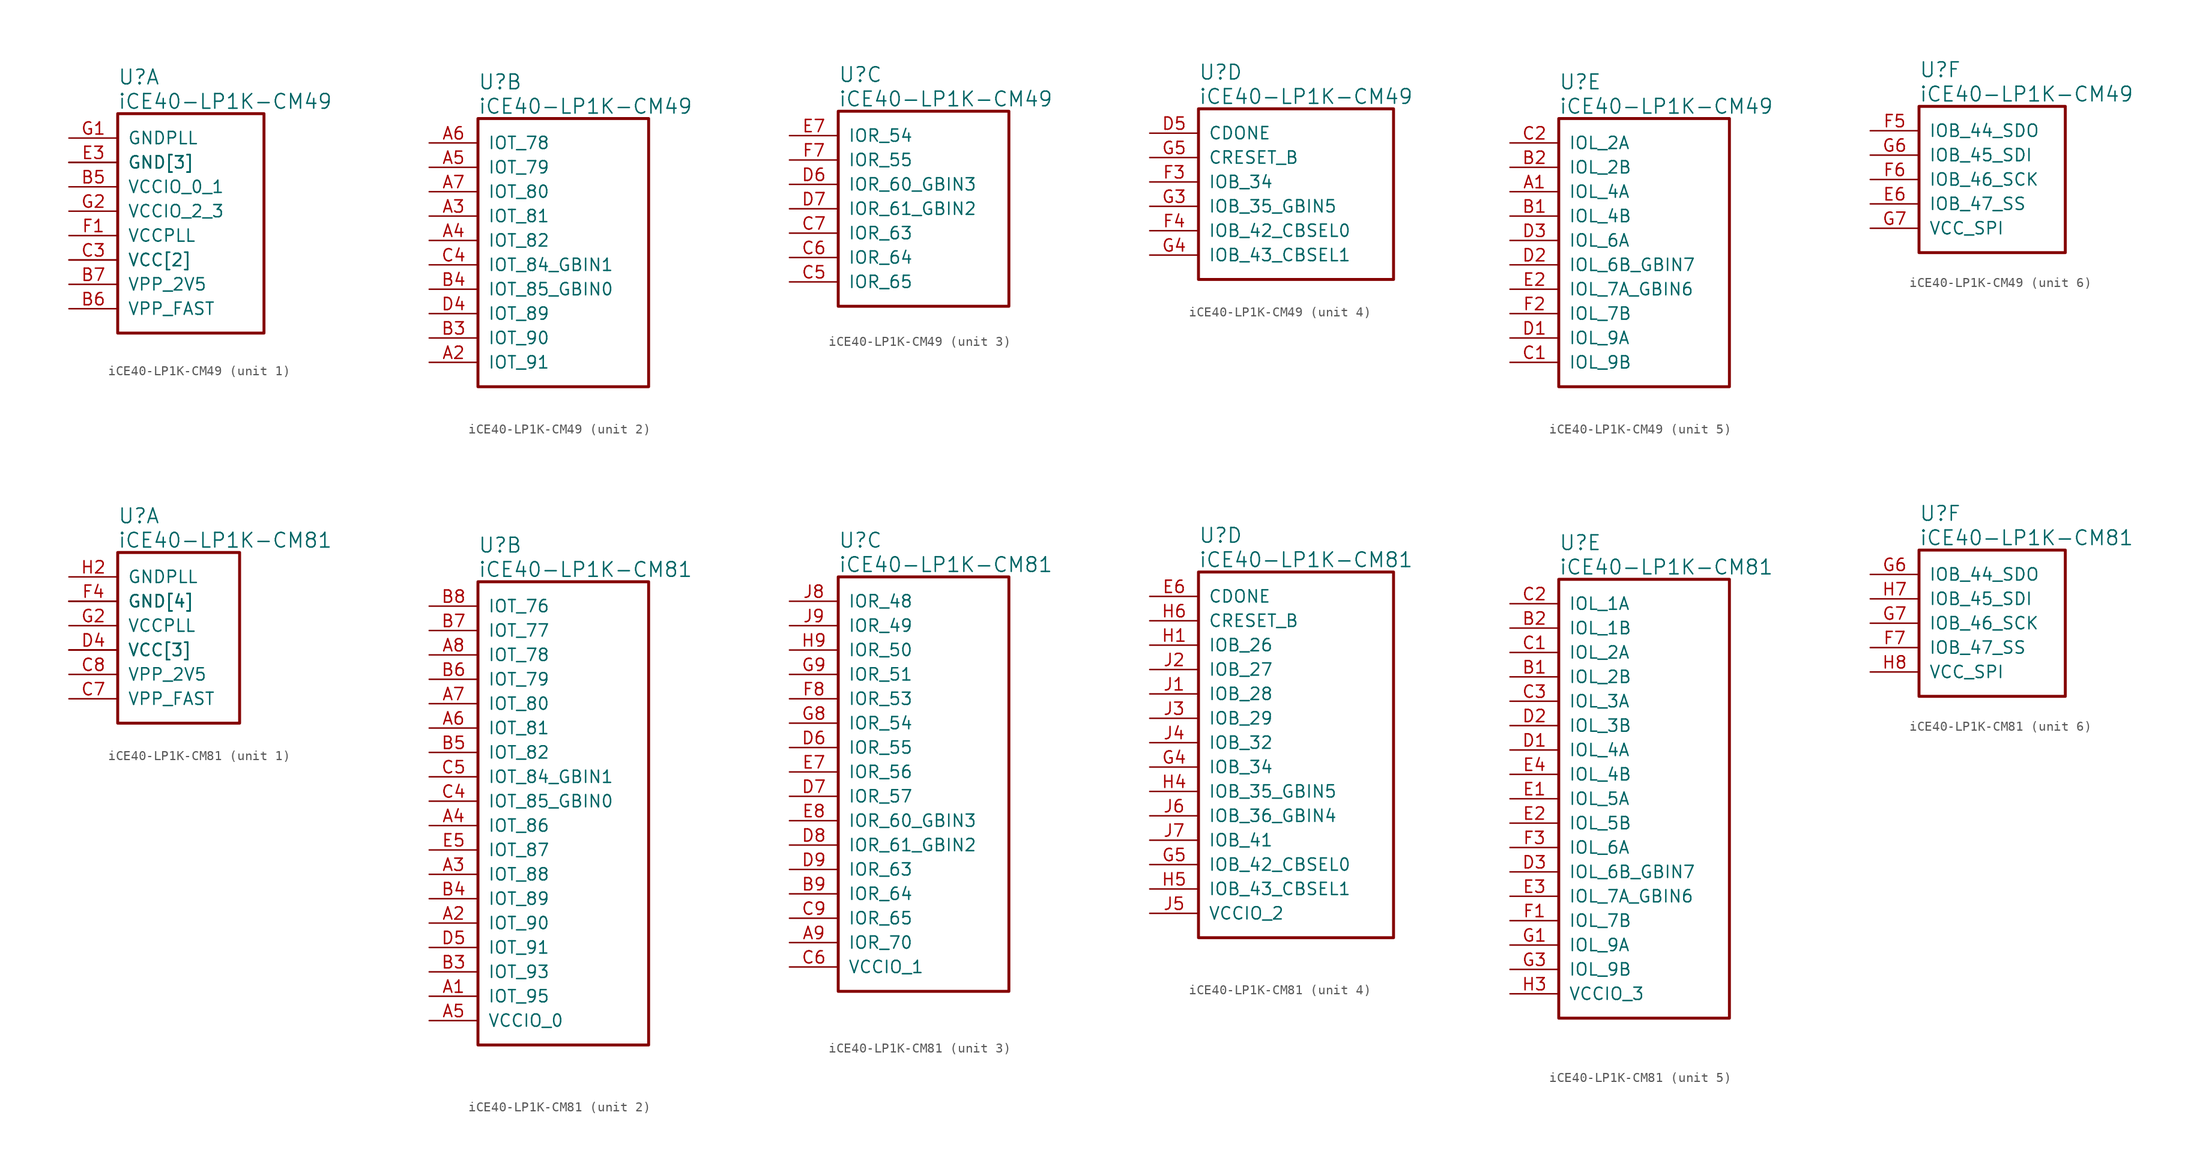
<source format=kicad_sym>
(kicad_symbol_lib
  (version 20241209)
  (generator "kicad_symbol_editor")
  (generator_version "9.0")
  (symbol "iCE40-LP1K-CM49"
    (pin_names
      (offset 1.016))
    (property "Reference" "U"
      (at 5.08 6.35 0)
      (effects (font (size 1.524 1.524)) (justify left)))
    (property "Value" "iCE40-LP1K-CM49"
      (at 5.08 3.81 0)
      (effects (font (size 1.524 1.524)) (justify left)))
    (property "ki_locked" ""
      (at 0 0 0)
      (effects (font (size 1.27 1.27))))
    (symbol "iCE40-LP1K-CM49_1_1"
      (rectangle (start 5.08 2.54) (end 20.32 -20.32) (stroke (width 0.305) (type solid)) (fill (type none)))
      (pin power_in line (at 0 0 0) (length 5.08) (name "GNDPLL" (effects (font (size 1.27 1.27)))) (number "G1" (effects (font (size 1.27 1.27)))))
      (pin power_in line (at 0 -2.54 0) (length 5.08) (name "GND[3]" (effects (font (size 1.27 1.27)))) (number "E3" (effects (font (size 1.27 1.27)))))
      (pin power_in line (at 0 -2.54 0) (length 5.08) (name "GND[3]" (effects (font (size 1.27 1.27)))) (number "E4" (effects (font (size 0 0)))))
      (pin power_in line (at 0 -2.54 0) (length 5.08) (name "GND[3]" (effects (font (size 1.27 1.27)))) (number "E5" (effects (font (size 0 0)))))
      (pin power_in line (at 0 -5.08 0) (length 5.08) (name "VCCIO_0_1" (effects (font (size 1.27 1.27)))) (number "B5" (effects (font (size 1.27 1.27)))))
      (pin power_in line (at 0 -7.62 0) (length 5.08) (name "VCCIO_2_3" (effects (font (size 1.27 1.27)))) (number "G2" (effects (font (size 1.27 1.27)))))
      (pin power_in line (at 0 -10.16 0) (length 5.08) (name "VCCPLL" (effects (font (size 1.27 1.27)))) (number "F1" (effects (font (size 1.27 1.27)))))
      (pin power_in line (at 0 -12.7 0) (length 5.08) (name "VCC[2]" (effects (font (size 1.27 1.27)))) (number "C3" (effects (font (size 1.27 1.27)))))
      (pin power_in line (at 0 -12.7 0) (length 5.08) (name "VCC[2]" (effects (font (size 1.27 1.27)))) (number "E1" (effects (font (size 0 0)))))
      (pin power_in line (at 0 -15.24 0) (length 5.08) (name "VPP_2V5" (effects (font (size 1.27 1.27)))) (number "B7" (effects (font (size 1.27 1.27)))))
      (pin power_in line (at 0 -17.78 0) (length 5.08) (name "VPP_FAST" (effects (font (size 1.27 1.27)))) (number "B6" (effects (font (size 1.27 1.27))))))
    (symbol "iCE40-LP1K-CM49_2_1"
      (rectangle (start 5.08 2.54) (end 22.86 -25.4) (stroke (width 0.305) (type solid)) (fill (type none)))
      (pin bidirectional line (at 0 0 0) (length 5.08) (name "IOT_78" (effects (font (size 1.27 1.27)))) (number "A6" (effects (font (size 1.27 1.27)))))
      (pin bidirectional line (at 0 -2.54 0) (length 5.08) (name "IOT_79" (effects (font (size 1.27 1.27)))) (number "A5" (effects (font (size 1.27 1.27)))))
      (pin bidirectional line (at 0 -5.08 0) (length 5.08) (name "IOT_80" (effects (font (size 1.27 1.27)))) (number "A7" (effects (font (size 1.27 1.27)))))
      (pin bidirectional line (at 0 -7.62 0) (length 5.08) (name "IOT_81" (effects (font (size 1.27 1.27)))) (number "A3" (effects (font (size 1.27 1.27)))))
      (pin bidirectional line (at 0 -10.16 0) (length 5.08) (name "IOT_82" (effects (font (size 1.27 1.27)))) (number "A4" (effects (font (size 1.27 1.27)))))
      (pin bidirectional line (at 0 -12.7 0) (length 5.08) (name "IOT_84_GBIN1" (effects (font (size 1.27 1.27)))) (number "C4" (effects (font (size 1.27 1.27)))))
      (pin bidirectional line (at 0 -15.24 0) (length 5.08) (name "IOT_85_GBIN0" (effects (font (size 1.27 1.27)))) (number "B4" (effects (font (size 1.27 1.27)))))
      (pin bidirectional line (at 0 -17.78 0) (length 5.08) (name "IOT_89" (effects (font (size 1.27 1.27)))) (number "D4" (effects (font (size 1.27 1.27)))))
      (pin bidirectional line (at 0 -20.32 0) (length 5.08) (name "IOT_90" (effects (font (size 1.27 1.27)))) (number "B3" (effects (font (size 1.27 1.27)))))
      (pin bidirectional line (at 0 -22.86 0) (length 5.08) (name "IOT_91" (effects (font (size 1.27 1.27)))) (number "A2" (effects (font (size 1.27 1.27))))))
    (symbol "iCE40-LP1K-CM49_3_1"
      (rectangle (start 5.08 2.54) (end 22.86 -17.78) (stroke (width 0.305) (type solid)) (fill (type none)))
      (pin bidirectional line (at 0 0 0) (length 5.08) (name "IOR_54" (effects (font (size 1.27 1.27)))) (number "E7" (effects (font (size 1.27 1.27)))))
      (pin bidirectional line (at 0 -2.54 0) (length 5.08) (name "IOR_55" (effects (font (size 1.27 1.27)))) (number "F7" (effects (font (size 1.27 1.27)))))
      (pin bidirectional line (at 0 -5.08 0) (length 5.08) (name "IOR_60_GBIN3" (effects (font (size 1.27 1.27)))) (number "D6" (effects (font (size 1.27 1.27)))))
      (pin bidirectional line (at 0 -7.62 0) (length 5.08) (name "IOR_61_GBIN2" (effects (font (size 1.27 1.27)))) (number "D7" (effects (font (size 1.27 1.27)))))
      (pin bidirectional line (at 0 -10.16 0) (length 5.08) (name "IOR_63" (effects (font (size 1.27 1.27)))) (number "C7" (effects (font (size 1.27 1.27)))))
      (pin bidirectional line (at 0 -12.7 0) (length 5.08) (name "IOR_64" (effects (font (size 1.27 1.27)))) (number "C6" (effects (font (size 1.27 1.27)))))
      (pin bidirectional line (at 0 -15.24 0) (length 5.08) (name "IOR_65" (effects (font (size 1.27 1.27)))) (number "C5" (effects (font (size 1.27 1.27))))))
    (symbol "iCE40-LP1K-CM49_4_1"
      (rectangle (start 5.08 2.54) (end 25.4 -15.24) (stroke (width 0.305) (type solid)) (fill (type none)))
      (pin output line (at 0 0 0) (length 5.08) (name "CDONE" (effects (font (size 1.27 1.27)))) (number "D5" (effects (font (size 1.27 1.27)))))
      (pin input line (at 0 -2.54 0) (length 5.08) (name "CRESET_B" (effects (font (size 1.27 1.27)))) (number "G5" (effects (font (size 1.27 1.27)))))
      (pin bidirectional line (at 0 -5.08 0) (length 5.08) (name "IOB_34" (effects (font (size 1.27 1.27)))) (number "F3" (effects (font (size 1.27 1.27)))))
      (pin bidirectional line (at 0 -7.62 0) (length 5.08) (name "IOB_35_GBIN5" (effects (font (size 1.27 1.27)))) (number "G3" (effects (font (size 1.27 1.27)))))
      (pin bidirectional line (at 0 -10.16 0) (length 5.08) (name "IOB_42_CBSEL0" (effects (font (size 1.27 1.27)))) (number "F4" (effects (font (size 1.27 1.27)))))
      (pin bidirectional line (at 0 -12.7 0) (length 5.08) (name "IOB_43_CBSEL1" (effects (font (size 1.27 1.27)))) (number "G4" (effects (font (size 1.27 1.27))))))
    (symbol "iCE40-LP1K-CM49_5_1"
      (rectangle (start 5.08 2.54) (end 22.86 -25.4) (stroke (width 0.305) (type solid)) (fill (type none)))
      (pin bidirectional line (at 0 0 0) (length 5.08) (name "IOL_2A" (effects (font (size 1.27 1.27)))) (number "C2" (effects (font (size 1.27 1.27)))))
      (pin bidirectional line (at 0 -2.54 0) (length 5.08) (name "IOL_2B" (effects (font (size 1.27 1.27)))) (number "B2" (effects (font (size 1.27 1.27)))))
      (pin bidirectional line (at 0 -5.08 0) (length 5.08) (name "IOL_4A" (effects (font (size 1.27 1.27)))) (number "A1" (effects (font (size 1.27 1.27)))))
      (pin bidirectional line (at 0 -7.62 0) (length 5.08) (name "IOL_4B" (effects (font (size 1.27 1.27)))) (number "B1" (effects (font (size 1.27 1.27)))))
      (pin bidirectional line (at 0 -10.16 0) (length 5.08) (name "IOL_6A" (effects (font (size 1.27 1.27)))) (number "D3" (effects (font (size 1.27 1.27)))))
      (pin bidirectional line (at 0 -12.7 0) (length 5.08) (name "IOL_6B_GBIN7" (effects (font (size 1.27 1.27)))) (number "D2" (effects (font (size 1.27 1.27)))))
      (pin bidirectional line (at 0 -15.24 0) (length 5.08) (name "IOL_7A_GBIN6" (effects (font (size 1.27 1.27)))) (number "E2" (effects (font (size 1.27 1.27)))))
      (pin bidirectional line (at 0 -17.78 0) (length 5.08) (name "IOL_7B" (effects (font (size 1.27 1.27)))) (number "F2" (effects (font (size 1.27 1.27)))))
      (pin bidirectional line (at 0 -20.32 0) (length 5.08) (name "IOL_9A" (effects (font (size 1.27 1.27)))) (number "D1" (effects (font (size 1.27 1.27)))))
      (pin bidirectional line (at 0 -22.86 0) (length 5.08) (name "IOL_9B" (effects (font (size 1.27 1.27)))) (number "C1" (effects (font (size 1.27 1.27))))))
    (symbol "iCE40-LP1K-CM49_6_1"
      (rectangle (start 5.08 2.54) (end 20.32 -12.7) (stroke (width 0.305) (type solid)) (fill (type none)))
      (pin bidirectional line (at 0 0 0) (length 5.08) (name "IOB_44_SDO" (effects (font (size 1.27 1.27)))) (number "F5" (effects (font (size 1.27 1.27)))))
      (pin bidirectional line (at 0 -2.54 0) (length 5.08) (name "IOB_45_SDI" (effects (font (size 1.27 1.27)))) (number "G6" (effects (font (size 1.27 1.27)))))
      (pin bidirectional line (at 0 -5.08 0) (length 5.08) (name "IOB_46_SCK" (effects (font (size 1.27 1.27)))) (number "F6" (effects (font (size 1.27 1.27)))))
      (pin bidirectional line (at 0 -7.62 0) (length 5.08) (name "IOB_47_SS" (effects (font (size 1.27 1.27)))) (number "E6" (effects (font (size 1.27 1.27)))))
      (pin power_in line (at 0 -10.16 0) (length 5.08) (name "VCC_SPI" (effects (font (size 1.27 1.27)))) (number "G7" (effects (font (size 1.27 1.27)))))))
  (symbol "iCE40-LP1K-CM81"
    (pin_names
      (offset 1.016))
    (property "Reference" "U"
      (at 5.08 6.35 0)
      (effects (font (size 1.524 1.524)) (justify left)))
    (property "Value" "iCE40-LP1K-CM81"
      (at 5.08 3.81 0)
      (effects (font (size 1.524 1.524)) (justify left)))
    (property "ki_locked" ""
      (at 0 0 0)
      (effects (font (size 1.27 1.27))))
    (symbol "iCE40-LP1K-CM81_1_1"
      (rectangle (start 5.08 2.54) (end 17.78 -15.24) (stroke (width 0.305) (type solid)) (fill (type none)))
      (pin power_in line (at 0 0 0) (length 5.08) (name "GNDPLL" (effects (font (size 1.27 1.27)))) (number "H2" (effects (font (size 1.27 1.27)))))
      (pin power_in line (at 0 -2.54 0) (length 5.08) (name "GND[4]" (effects (font (size 1.27 1.27)))) (number "F4" (effects (font (size 1.27 1.27)))))
      (pin power_in line (at 0 -2.54 0) (length 5.08) (name "GND[4]" (effects (font (size 1.27 1.27)))) (number "F5" (effects (font (size 0 0)))))
      (pin power_in line (at 0 -2.54 0) (length 5.08) (name "GND[4]" (effects (font (size 1.27 1.27)))) (number "F6" (effects (font (size 0 0)))))
      (pin power_in line (at 0 -2.54 0) (length 5.08) (name "GND[4]" (effects (font (size 1.27 1.27)))) (number "F9" (effects (font (size 0 0)))))
      (pin power_in line (at 0 -5.08 0) (length 5.08) (name "VCCPLL" (effects (font (size 1.27 1.27)))) (number "G2" (effects (font (size 1.27 1.27)))))
      (pin power_in line (at 0 -7.62 0) (length 5.08) (name "VCC[3]" (effects (font (size 1.27 1.27)))) (number "D4" (effects (font (size 1.27 1.27)))))
      (pin power_in line (at 0 -7.62 0) (length 5.08) (name "VCC[3]" (effects (font (size 1.27 1.27)))) (number "E9" (effects (font (size 0 0)))))
      (pin power_in line (at 0 -7.62 0) (length 5.08) (name "VCC[3]" (effects (font (size 1.27 1.27)))) (number "F2" (effects (font (size 0 0)))))
      (pin power_in line (at 0 -10.16 0) (length 5.08) (name "VPP_2V5" (effects (font (size 1.27 1.27)))) (number "C8" (effects (font (size 1.27 1.27)))))
      (pin power_in line (at 0 -12.7 0) (length 5.08) (name "VPP_FAST" (effects (font (size 1.27 1.27)))) (number "C7" (effects (font (size 1.27 1.27))))))
    (symbol "iCE40-LP1K-CM81_2_1"
      (rectangle (start 5.08 2.54) (end 22.86 -45.72) (stroke (width 0.305) (type solid)) (fill (type none)))
      (pin bidirectional line (at 0 0 0) (length 5.08) (name "IOT_76" (effects (font (size 1.27 1.27)))) (number "B8" (effects (font (size 1.27 1.27)))))
      (pin bidirectional line (at 0 -2.54 0) (length 5.08) (name "IOT_77" (effects (font (size 1.27 1.27)))) (number "B7" (effects (font (size 1.27 1.27)))))
      (pin bidirectional line (at 0 -5.08 0) (length 5.08) (name "IOT_78" (effects (font (size 1.27 1.27)))) (number "A8" (effects (font (size 1.27 1.27)))))
      (pin bidirectional line (at 0 -7.62 0) (length 5.08) (name "IOT_79" (effects (font (size 1.27 1.27)))) (number "B6" (effects (font (size 1.27 1.27)))))
      (pin bidirectional line (at 0 -10.16 0) (length 5.08) (name "IOT_80" (effects (font (size 1.27 1.27)))) (number "A7" (effects (font (size 1.27 1.27)))))
      (pin bidirectional line (at 0 -12.7 0) (length 5.08) (name "IOT_81" (effects (font (size 1.27 1.27)))) (number "A6" (effects (font (size 1.27 1.27)))))
      (pin bidirectional line (at 0 -15.24 0) (length 5.08) (name "IOT_82" (effects (font (size 1.27 1.27)))) (number "B5" (effects (font (size 1.27 1.27)))))
      (pin bidirectional line (at 0 -17.78 0) (length 5.08) (name "IOT_84_GBIN1" (effects (font (size 1.27 1.27)))) (number "C5" (effects (font (size 1.27 1.27)))))
      (pin bidirectional line (at 0 -20.32 0) (length 5.08) (name "IOT_85_GBIN0" (effects (font (size 1.27 1.27)))) (number "C4" (effects (font (size 1.27 1.27)))))
      (pin bidirectional line (at 0 -22.86 0) (length 5.08) (name "IOT_86" (effects (font (size 1.27 1.27)))) (number "A4" (effects (font (size 1.27 1.27)))))
      (pin bidirectional line (at 0 -25.4 0) (length 5.08) (name "IOT_87" (effects (font (size 1.27 1.27)))) (number "E5" (effects (font (size 1.27 1.27)))))
      (pin bidirectional line (at 0 -27.94 0) (length 5.08) (name "IOT_88" (effects (font (size 1.27 1.27)))) (number "A3" (effects (font (size 1.27 1.27)))))
      (pin bidirectional line (at 0 -30.48 0) (length 5.08) (name "IOT_89" (effects (font (size 1.27 1.27)))) (number "B4" (effects (font (size 1.27 1.27)))))
      (pin bidirectional line (at 0 -33.02 0) (length 5.08) (name "IOT_90" (effects (font (size 1.27 1.27)))) (number "A2" (effects (font (size 1.27 1.27)))))
      (pin bidirectional line (at 0 -35.56 0) (length 5.08) (name "IOT_91" (effects (font (size 1.27 1.27)))) (number "D5" (effects (font (size 1.27 1.27)))))
      (pin bidirectional line (at 0 -38.1 0) (length 5.08) (name "IOT_93" (effects (font (size 1.27 1.27)))) (number "B3" (effects (font (size 1.27 1.27)))))
      (pin bidirectional line (at 0 -40.64 0) (length 5.08) (name "IOT_95" (effects (font (size 1.27 1.27)))) (number "A1" (effects (font (size 1.27 1.27)))))
      (pin power_in line (at 0 -43.18 0) (length 5.08) (name "VCCIO_0" (effects (font (size 1.27 1.27)))) (number "A5" (effects (font (size 1.27 1.27))))))
    (symbol "iCE40-LP1K-CM81_3_1"
      (rectangle (start 5.08 2.54) (end 22.86 -40.64) (stroke (width 0.305) (type solid)) (fill (type none)))
      (pin bidirectional line (at 0 0 0) (length 5.08) (name "IOR_48" (effects (font (size 1.27 1.27)))) (number "J8" (effects (font (size 1.27 1.27)))))
      (pin bidirectional line (at 0 -2.54 0) (length 5.08) (name "IOR_49" (effects (font (size 1.27 1.27)))) (number "J9" (effects (font (size 1.27 1.27)))))
      (pin bidirectional line (at 0 -5.08 0) (length 5.08) (name "IOR_50" (effects (font (size 1.27 1.27)))) (number "H9" (effects (font (size 1.27 1.27)))))
      (pin bidirectional line (at 0 -7.62 0) (length 5.08) (name "IOR_51" (effects (font (size 1.27 1.27)))) (number "G9" (effects (font (size 1.27 1.27)))))
      (pin bidirectional line (at 0 -10.16 0) (length 5.08) (name "IOR_53" (effects (font (size 1.27 1.27)))) (number "F8" (effects (font (size 1.27 1.27)))))
      (pin bidirectional line (at 0 -12.7 0) (length 5.08) (name "IOR_54" (effects (font (size 1.27 1.27)))) (number "G8" (effects (font (size 1.27 1.27)))))
      (pin bidirectional line (at 0 -15.24 0) (length 5.08) (name "IOR_55" (effects (font (size 1.27 1.27)))) (number "D6" (effects (font (size 1.27 1.27)))))
      (pin bidirectional line (at 0 -17.78 0) (length 5.08) (name "IOR_56" (effects (font (size 1.27 1.27)))) (number "E7" (effects (font (size 1.27 1.27)))))
      (pin bidirectional line (at 0 -20.32 0) (length 5.08) (name "IOR_57" (effects (font (size 1.27 1.27)))) (number "D7" (effects (font (size 1.27 1.27)))))
      (pin bidirectional line (at 0 -22.86 0) (length 5.08) (name "IOR_60_GBIN3" (effects (font (size 1.27 1.27)))) (number "E8" (effects (font (size 1.27 1.27)))))
      (pin bidirectional line (at 0 -25.4 0) (length 5.08) (name "IOR_61_GBIN2" (effects (font (size 1.27 1.27)))) (number "D8" (effects (font (size 1.27 1.27)))))
      (pin bidirectional line (at 0 -27.94 0) (length 5.08) (name "IOR_63" (effects (font (size 1.27 1.27)))) (number "D9" (effects (font (size 1.27 1.27)))))
      (pin bidirectional line (at 0 -30.48 0) (length 5.08) (name "IOR_64" (effects (font (size 1.27 1.27)))) (number "B9" (effects (font (size 1.27 1.27)))))
      (pin bidirectional line (at 0 -33.02 0) (length 5.08) (name "IOR_65" (effects (font (size 1.27 1.27)))) (number "C9" (effects (font (size 1.27 1.27)))))
      (pin bidirectional line (at 0 -35.56 0) (length 5.08) (name "IOR_70" (effects (font (size 1.27 1.27)))) (number "A9" (effects (font (size 1.27 1.27)))))
      (pin power_in line (at 0 -38.1 0) (length 5.08) (name "VCCIO_1" (effects (font (size 1.27 1.27)))) (number "C6" (effects (font (size 1.27 1.27))))))
    (symbol "iCE40-LP1K-CM81_4_1"
      (rectangle (start 5.08 2.54) (end 25.4 -35.56) (stroke (width 0.305) (type solid)) (fill (type none)))
      (pin output line (at 0 0 0) (length 5.08) (name "CDONE" (effects (font (size 1.27 1.27)))) (number "E6" (effects (font (size 1.27 1.27)))))
      (pin input line (at 0 -2.54 0) (length 5.08) (name "CRESET_B" (effects (font (size 1.27 1.27)))) (number "H6" (effects (font (size 1.27 1.27)))))
      (pin bidirectional line (at 0 -5.08 0) (length 5.08) (name "IOB_26" (effects (font (size 1.27 1.27)))) (number "H1" (effects (font (size 1.27 1.27)))))
      (pin bidirectional line (at 0 -7.62 0) (length 5.08) (name "IOB_27" (effects (font (size 1.27 1.27)))) (number "J2" (effects (font (size 1.27 1.27)))))
      (pin bidirectional line (at 0 -10.16 0) (length 5.08) (name "IOB_28" (effects (font (size 1.27 1.27)))) (number "J1" (effects (font (size 1.27 1.27)))))
      (pin bidirectional line (at 0 -12.7 0) (length 5.08) (name "IOB_29" (effects (font (size 1.27 1.27)))) (number "J3" (effects (font (size 1.27 1.27)))))
      (pin bidirectional line (at 0 -15.24 0) (length 5.08) (name "IOB_32" (effects (font (size 1.27 1.27)))) (number "J4" (effects (font (size 1.27 1.27)))))
      (pin bidirectional line (at 0 -17.78 0) (length 5.08) (name "IOB_34" (effects (font (size 1.27 1.27)))) (number "G4" (effects (font (size 1.27 1.27)))))
      (pin bidirectional line (at 0 -20.32 0) (length 5.08) (name "IOB_35_GBIN5" (effects (font (size 1.27 1.27)))) (number "H4" (effects (font (size 1.27 1.27)))))
      (pin bidirectional line (at 0 -22.86 0) (length 5.08) (name "IOB_36_GBIN4" (effects (font (size 1.27 1.27)))) (number "J6" (effects (font (size 1.27 1.27)))))
      (pin bidirectional line (at 0 -25.4 0) (length 5.08) (name "IOB_41" (effects (font (size 1.27 1.27)))) (number "J7" (effects (font (size 1.27 1.27)))))
      (pin bidirectional line (at 0 -27.94 0) (length 5.08) (name "IOB_42_CBSEL0" (effects (font (size 1.27 1.27)))) (number "G5" (effects (font (size 1.27 1.27)))))
      (pin bidirectional line (at 0 -30.48 0) (length 5.08) (name "IOB_43_CBSEL1" (effects (font (size 1.27 1.27)))) (number "H5" (effects (font (size 1.27 1.27)))))
      (pin power_in line (at 0 -33.02 0) (length 5.08) (name "VCCIO_2" (effects (font (size 1.27 1.27)))) (number "J5" (effects (font (size 1.27 1.27))))))
    (symbol "iCE40-LP1K-CM81_5_1"
      (rectangle (start 5.08 2.54) (end 22.86 -43.18) (stroke (width 0.305) (type solid)) (fill (type none)))
      (pin bidirectional line (at 0 0 0) (length 5.08) (name "IOL_1A" (effects (font (size 1.27 1.27)))) (number "C2" (effects (font (size 1.27 1.27)))))
      (pin bidirectional line (at 0 -2.54 0) (length 5.08) (name "IOL_1B" (effects (font (size 1.27 1.27)))) (number "B2" (effects (font (size 1.27 1.27)))))
      (pin bidirectional line (at 0 -5.08 0) (length 5.08) (name "IOL_2A" (effects (font (size 1.27 1.27)))) (number "C1" (effects (font (size 1.27 1.27)))))
      (pin bidirectional line (at 0 -7.62 0) (length 5.08) (name "IOL_2B" (effects (font (size 1.27 1.27)))) (number "B1" (effects (font (size 1.27 1.27)))))
      (pin bidirectional line (at 0 -10.16 0) (length 5.08) (name "IOL_3A" (effects (font (size 1.27 1.27)))) (number "C3" (effects (font (size 1.27 1.27)))))
      (pin bidirectional line (at 0 -12.7 0) (length 5.08) (name "IOL_3B" (effects (font (size 1.27 1.27)))) (number "D2" (effects (font (size 1.27 1.27)))))
      (pin bidirectional line (at 0 -15.24 0) (length 5.08) (name "IOL_4A" (effects (font (size 1.27 1.27)))) (number "D1" (effects (font (size 1.27 1.27)))))
      (pin bidirectional line (at 0 -17.78 0) (length 5.08) (name "IOL_4B" (effects (font (size 1.27 1.27)))) (number "E4" (effects (font (size 1.27 1.27)))))
      (pin bidirectional line (at 0 -20.32 0) (length 5.08) (name "IOL_5A" (effects (font (size 1.27 1.27)))) (number "E1" (effects (font (size 1.27 1.27)))))
      (pin bidirectional line (at 0 -22.86 0) (length 5.08) (name "IOL_5B" (effects (font (size 1.27 1.27)))) (number "E2" (effects (font (size 1.27 1.27)))))
      (pin bidirectional line (at 0 -25.4 0) (length 5.08) (name "IOL_6A" (effects (font (size 1.27 1.27)))) (number "F3" (effects (font (size 1.27 1.27)))))
      (pin bidirectional line (at 0 -27.94 0) (length 5.08) (name "IOL_6B_GBIN7" (effects (font (size 1.27 1.27)))) (number "D3" (effects (font (size 1.27 1.27)))))
      (pin bidirectional line (at 0 -30.48 0) (length 5.08) (name "IOL_7A_GBIN6" (effects (font (size 1.27 1.27)))) (number "E3" (effects (font (size 1.27 1.27)))))
      (pin bidirectional line (at 0 -33.02 0) (length 5.08) (name "IOL_7B" (effects (font (size 1.27 1.27)))) (number "F1" (effects (font (size 1.27 1.27)))))
      (pin bidirectional line (at 0 -35.56 0) (length 5.08) (name "IOL_9A" (effects (font (size 1.27 1.27)))) (number "G1" (effects (font (size 1.27 1.27)))))
      (pin bidirectional line (at 0 -38.1 0) (length 5.08) (name "IOL_9B" (effects (font (size 1.27 1.27)))) (number "G3" (effects (font (size 1.27 1.27)))))
      (pin power_in line (at 0 -40.64 0) (length 5.08) (name "VCCIO_3" (effects (font (size 1.27 1.27)))) (number "H3" (effects (font (size 1.27 1.27))))))
    (symbol "iCE40-LP1K-CM81_6_1"
      (rectangle (start 5.08 2.54) (end 20.32 -12.7) (stroke (width 0.305) (type solid)) (fill (type none)))
      (pin bidirectional line (at 0 0 0) (length 5.08) (name "IOB_44_SDO" (effects (font (size 1.27 1.27)))) (number "G6" (effects (font (size 1.27 1.27)))))
      (pin bidirectional line (at 0 -2.54 0) (length 5.08) (name "IOB_45_SDI" (effects (font (size 1.27 1.27)))) (number "H7" (effects (font (size 1.27 1.27)))))
      (pin bidirectional line (at 0 -5.08 0) (length 5.08) (name "IOB_46_SCK" (effects (font (size 1.27 1.27)))) (number "G7" (effects (font (size 1.27 1.27)))))
      (pin bidirectional line (at 0 -7.62 0) (length 5.08) (name "IOB_47_SS" (effects (font (size 1.27 1.27)))) (number "F7" (effects (font (size 1.27 1.27)))))
      (pin power_in line (at 0 -10.16 0) (length 5.08) (name "VCC_SPI" (effects (font (size 1.27 1.27)))) (number "H8" (effects (font (size 1.27 1.27))))))))
</source>
